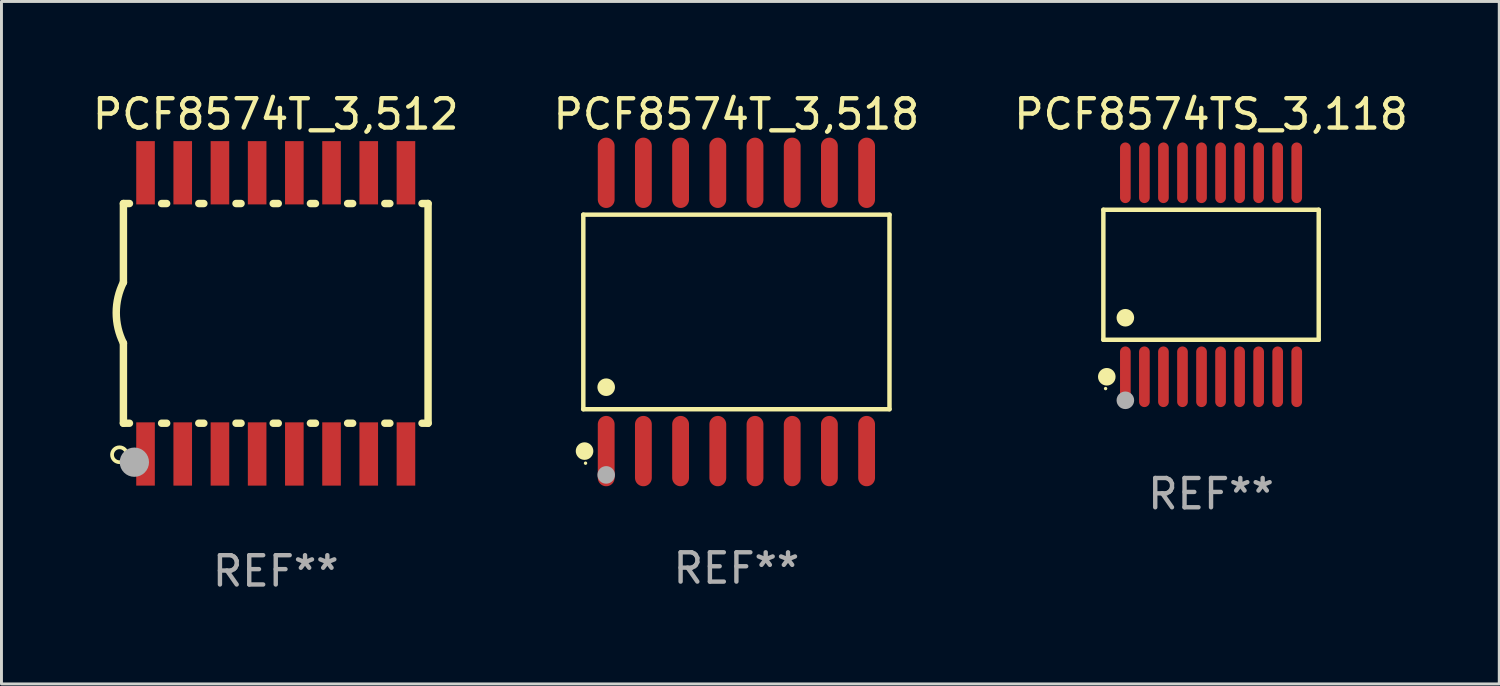
<source format=kicad_pcb>
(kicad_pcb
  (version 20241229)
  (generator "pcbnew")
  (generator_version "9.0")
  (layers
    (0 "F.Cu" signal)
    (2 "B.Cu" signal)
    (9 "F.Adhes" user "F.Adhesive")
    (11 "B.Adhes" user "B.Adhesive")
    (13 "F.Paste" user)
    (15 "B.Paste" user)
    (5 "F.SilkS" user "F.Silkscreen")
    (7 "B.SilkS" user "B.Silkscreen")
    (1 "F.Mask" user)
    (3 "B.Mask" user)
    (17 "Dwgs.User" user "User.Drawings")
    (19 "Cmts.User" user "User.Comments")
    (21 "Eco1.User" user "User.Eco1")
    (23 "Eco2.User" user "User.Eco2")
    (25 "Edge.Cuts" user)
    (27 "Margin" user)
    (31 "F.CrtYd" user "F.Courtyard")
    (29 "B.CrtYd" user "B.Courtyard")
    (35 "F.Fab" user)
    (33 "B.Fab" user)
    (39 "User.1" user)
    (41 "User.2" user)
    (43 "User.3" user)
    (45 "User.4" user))
  (footprint "PCF8574T_3,512"
    (layer "F.Cu")
    (at 6.363 7.648)
    (property "Reference" "PCF8574T_3,512" (at 0 -6.8 0) (layer "F.SilkS") (effects (font (size 1 1) (thickness 0.15))))
    (attr through_hole)
    (fp_line (start -5.2 -3.75) (end -5.2 -1.06) (stroke (width 0.254) (type solid)) (layer "F.SilkS"))
    (fp_line (start -5.2 -3.75) (end -4.994 -3.75) (stroke (width 0.254) (type solid)) (layer "F.SilkS"))
    (fp_line (start -5.2 3.75) (end -5.2 1.016) (stroke (width 0.254) (type solid)) (layer "F.SilkS"))
    (fp_line (start -5.2 3.75) (end -4.994 3.75) (stroke (width 0.254) (type solid)) (layer "F.SilkS"))
    (fp_line (start -3.896 -3.75) (end -3.724 -3.75) (stroke (width 0.254) (type solid)) (layer "F.SilkS"))
    (fp_line (start -3.896 3.75) (end -3.724 3.75) (stroke (width 0.254) (type solid)) (layer "F.SilkS"))
    (fp_line (start -2.626 -3.75) (end -2.454 -3.75) (stroke (width 0.254) (type solid)) (layer "F.SilkS"))
    (fp_line (start -2.626 3.75) (end -2.454 3.75) (stroke (width 0.254) (type solid)) (layer "F.SilkS"))
    (fp_line (start -1.356 -3.75) (end -1.184 -3.75) (stroke (width 0.254) (type solid)) (layer "F.SilkS"))
    (fp_line (start -1.356 3.75) (end -1.184 3.75) (stroke (width 0.254) (type solid)) (layer "F.SilkS"))
    (fp_line (start -0.086 -3.75) (end 0.086 -3.75) (stroke (width 0.254) (type solid)) (layer "F.SilkS"))
    (fp_line (start -0.086 3.75) (end 0.086 3.75) (stroke (width 0.254) (type solid)) (layer "F.SilkS"))
    (fp_line (start 1.184 -3.75) (end 1.356 -3.75) (stroke (width 0.254) (type solid)) (layer "F.SilkS"))
    (fp_line (start 1.184 3.75) (end 1.356 3.75) (stroke (width 0.254) (type solid)) (layer "F.SilkS"))
    (fp_line (start 2.454 -3.75) (end 2.626 -3.75) (stroke (width 0.254) (type solid)) (layer "F.SilkS"))
    (fp_line (start 2.454 3.75) (end 2.626 3.75) (stroke (width 0.254) (type solid)) (layer "F.SilkS"))
    (fp_line (start 3.724 -3.75) (end 3.896 -3.75) (stroke (width 0.254) (type solid)) (layer "F.SilkS"))
    (fp_line (start 3.724 3.75) (end 3.896 3.75) (stroke (width 0.254) (type solid)) (layer "F.SilkS"))
    (fp_line (start 4.994 -3.75) (end 5.2 -3.75) (stroke (width 0.254) (type solid)) (layer "F.SilkS"))
    (fp_line (start 4.994 3.75) (end 5.2 3.75) (stroke (width 0.254) (type solid)) (layer "F.SilkS"))
    (fp_line (start 5.2 3.75) (end 5.2 -3.75) (stroke (width 0.254) (type solid)) (layer "F.SilkS"))
    (fp_arc (start -5.199391 1.016002) (mid -5.444637 -0.021925) (end -5.2 -1.059995) (stroke (width 0.254001) (type solid)) (layer "F.SilkS"))
    (fp_circle (center -5.334 4.826) (end -5.08 4.826) (stroke (width 0.127) (type solid)) (fill no) (layer "F.SilkS"))
    (fp_circle (center -5.15 5.15) (end -5.12 5.15) (stroke (width 0.06) (type solid)) (fill no) (layer "F.SilkS"))
    (fp_circle (center -4.826 5.08) (end -4.576 5.08) (stroke (width 0.5) (type solid)) (fill no) (layer "F.Fab"))
    (fp_text user "REF**" (at 0 8.8 0) (layer "F.Fab") (effects (font (size 1 1) (thickness 0.15))))
    (pad "1" smd rect (at -4.445 4.8) (size 0.635 2.16) (layers "F.Cu" "F.Mask" "F.Paste"))
    (pad "2" smd rect (at -3.175 4.8) (size 0.635 2.16) (layers "F.Cu" "F.Mask" "F.Paste"))
    (pad "3" smd rect (at -1.905 4.8) (size 0.635 2.16) (layers "F.Cu" "F.Mask" "F.Paste"))
    (pad "4" smd rect (at -0.635 4.8) (size 0.635 2.16) (layers "F.Cu" "F.Mask" "F.Paste"))
    (pad "5" smd rect (at 0.635 4.8) (size 0.635 2.16) (layers "F.Cu" "F.Mask" "F.Paste"))
    (pad "6" smd rect (at 1.905 4.8) (size 0.635 2.16) (layers "F.Cu" "F.Mask" "F.Paste"))
    (pad "7" smd rect (at 3.175 4.8) (size 0.635 2.16) (layers "F.Cu" "F.Mask" "F.Paste"))
    (pad "8" smd rect (at 4.445 4.8) (size 0.635 2.16) (layers "F.Cu" "F.Mask" "F.Paste"))
    (pad "9" smd rect (at 4.445 -4.8) (size 0.635 2.16) (layers "F.Cu" "F.Mask" "F.Paste"))
    (pad "10" smd rect (at 3.175 -4.8) (size 0.635 2.16) (layers "F.Cu" "F.Mask" "F.Paste"))
    (pad "11" smd rect (at 1.905 -4.8) (size 0.635 2.16) (layers "F.Cu" "F.Mask" "F.Paste"))
    (pad "12" smd rect (at 0.635 -4.8) (size 0.635 2.16) (layers "F.Cu" "F.Mask" "F.Paste"))
    (pad "13" smd rect (at -0.635 -4.8) (size 0.635 2.16) (layers "F.Cu" "F.Mask" "F.Paste"))
    (pad "14" smd rect (at -1.905 -4.8) (size 0.635 2.16) (layers "F.Cu" "F.Mask" "F.Paste"))
    (pad "15" smd rect (at -3.175 -4.8) (size 0.635 2.16) (layers "F.Cu" "F.Mask" "F.Paste"))
    (pad "16" smd rect (at -4.445 -4.8) (size 0.635 2.16) (layers "F.Cu" "F.Mask" "F.Paste")))
  (footprint "PCF8574T_3,518"
    (layer "F.Cu")
    (at 22.089 7.599)
    (property "Reference" "PCF8574T_3,518" (at 0 -6.75 0) (layer "F.SilkS") (effects (font (size 1 1) (thickness 0.15))))
    (attr through_hole)
    (fp_line (start -5.226 -3.321) (end 5.226 -3.321) (stroke (width 0.152) (type solid)) (layer "F.SilkS"))
    (fp_line (start -5.226 3.321) (end -5.226 -3.321) (stroke (width 0.152) (type solid)) (layer "F.SilkS"))
    (fp_line (start 5.226 -3.321) (end 5.226 3.321) (stroke (width 0.152) (type solid)) (layer "F.SilkS"))
    (fp_line (start 5.226 3.321) (end -5.226 3.321) (stroke (width 0.152) (type solid)) (layer "F.SilkS"))
    (fp_circle (center -5.184 4.75) (end -5.034 4.75) (stroke (width 0.3) (type solid)) (fill no) (layer "F.SilkS"))
    (fp_circle (center -5.15 5.163) (end -5.12 5.163) (stroke (width 0.06) (type solid)) (fill no) (layer "F.SilkS"))
    (fp_circle (center -4.445 2.569) (end -4.295 2.569) (stroke (width 0.3) (type solid)) (fill no) (layer "F.SilkS"))
    (fp_circle (center -4.445 5.563) (end -4.295 5.563) (stroke (width 0.3) (type solid)) (fill no) (layer "F.Fab"))
    (fp_text user "REF**" (at 0 8.75 0) (layer "F.Fab") (effects (font (size 1 1) (thickness 0.15))))
    (pad "1" smd oval (at -4.445 4.75) (size 0.574 2.401) (layers "F.Cu" "F.Mask" "F.Paste"))
    (pad "2" smd oval (at -3.175 4.75) (size 0.574 2.401) (layers "F.Cu" "F.Mask" "F.Paste"))
    (pad "3" smd oval (at -1.905 4.75) (size 0.574 2.401) (layers "F.Cu" "F.Mask" "F.Paste"))
    (pad "4" smd oval (at -0.635 4.75) (size 0.574 2.401) (layers "F.Cu" "F.Mask" "F.Paste"))
    (pad "5" smd oval (at 0.635 4.75) (size 0.574 2.401) (layers "F.Cu" "F.Mask" "F.Paste"))
    (pad "6" smd oval (at 1.905 4.75) (size 0.574 2.401) (layers "F.Cu" "F.Mask" "F.Paste"))
    (pad "7" smd oval (at 3.175 4.75) (size 0.574 2.401) (layers "F.Cu" "F.Mask" "F.Paste"))
    (pad "8" smd oval (at 4.445 4.75) (size 0.574 2.401) (layers "F.Cu" "F.Mask" "F.Paste"))
    (pad "9" smd oval (at 4.445 -4.75) (size 0.574 2.401) (layers "F.Cu" "F.Mask" "F.Paste"))
    (pad "10" smd oval (at 3.175 -4.75) (size 0.574 2.401) (layers "F.Cu" "F.Mask" "F.Paste"))
    (pad "11" smd oval (at 1.905 -4.75) (size 0.574 2.401) (layers "F.Cu" "F.Mask" "F.Paste"))
    (pad "12" smd oval (at 0.635 -4.75) (size 0.574 2.401) (layers "F.Cu" "F.Mask" "F.Paste"))
    (pad "13" smd oval (at -0.635 -4.75) (size 0.574 2.401) (layers "F.Cu" "F.Mask" "F.Paste"))
    (pad "14" smd oval (at -1.905 -4.75) (size 0.574 2.401) (layers "F.Cu" "F.Mask" "F.Paste"))
    (pad "15" smd oval (at -3.175 -4.75) (size 0.574 2.401) (layers "F.Cu" "F.Mask" "F.Paste"))
    (pad "16" smd oval (at -4.445 -4.75) (size 0.574 2.401) (layers "F.Cu" "F.Mask" "F.Paste")))
  (footprint "PCF8574TS_3,118"
    (layer "F.Cu")
    (at 38.292 6.33)
    (property "Reference" "PCF8574TS_3,118" (at 0 -5.482 0) (layer "F.SilkS") (effects (font (size 1 1) (thickness 0.15))))
    (attr through_hole)
    (fp_line (start -3.676 -2.219) (end 3.676 -2.219) (stroke (width 0.152) (type solid)) (layer "F.SilkS"))
    (fp_line (start -3.676 2.219) (end -3.676 -2.219) (stroke (width 0.152) (type solid)) (layer "F.SilkS"))
    (fp_line (start 3.676 -2.219) (end 3.676 2.219) (stroke (width 0.152) (type solid)) (layer "F.SilkS"))
    (fp_line (start 3.676 2.219) (end -3.676 2.219) (stroke (width 0.152) (type solid)) (layer "F.SilkS"))
    (fp_circle (center -3.6 3.885) (end -3.57 3.885) (stroke (width 0.06) (type solid)) (fill no) (layer "F.SilkS"))
    (fp_circle (center -3.559 3.482) (end -3.409 3.482) (stroke (width 0.3) (type solid)) (fill no) (layer "F.SilkS"))
    (fp_circle (center -2.925 1.467) (end -2.775 1.467) (stroke (width 0.3) (type solid)) (fill no) (layer "F.SilkS"))
    (fp_circle (center -2.925 4.285) (end -2.775 4.285) (stroke (width 0.3) (type solid)) (fill no) (layer "F.Fab"))
    (fp_text user "REF**" (at 0 7.482 0) (layer "F.Fab") (effects (font (size 1 1) (thickness 0.15))))
    (pad "1" smd oval (at -2.925 3.482) (size 0.364 2.069) (layers "F.Cu" "F.Mask" "F.Paste"))
    (pad "2" smd oval (at -2.275 3.482) (size 0.364 2.069) (layers "F.Cu" "F.Mask" "F.Paste"))
    (pad "3" smd oval (at -1.625 3.482) (size 0.364 2.069) (layers "F.Cu" "F.Mask" "F.Paste"))
    (pad "4" smd oval (at -0.975 3.482) (size 0.364 2.069) (layers "F.Cu" "F.Mask" "F.Paste"))
    (pad "5" smd oval (at -0.325 3.482) (size 0.364 2.069) (layers "F.Cu" "F.Mask" "F.Paste"))
    (pad "6" smd oval (at 0.325 3.482) (size 0.364 2.069) (layers "F.Cu" "F.Mask" "F.Paste"))
    (pad "7" smd oval (at 0.975 3.482) (size 0.364 2.069) (layers "F.Cu" "F.Mask" "F.Paste"))
    (pad "8" smd oval (at 1.625 3.482) (size 0.364 2.069) (layers "F.Cu" "F.Mask" "F.Paste"))
    (pad "9" smd oval (at 2.275 3.482) (size 0.364 2.069) (layers "F.Cu" "F.Mask" "F.Paste"))
    (pad "10" smd oval (at 2.925 3.482) (size 0.364 2.069) (layers "F.Cu" "F.Mask" "F.Paste"))
    (pad "11" smd oval (at 2.925 -3.482) (size 0.364 2.069) (layers "F.Cu" "F.Mask" "F.Paste"))
    (pad "12" smd oval (at 2.275 -3.482) (size 0.364 2.069) (layers "F.Cu" "F.Mask" "F.Paste"))
    (pad "13" smd oval (at 1.625 -3.482) (size 0.364 2.069) (layers "F.Cu" "F.Mask" "F.Paste"))
    (pad "14" smd oval (at 0.975 -3.482) (size 0.364 2.069) (layers "F.Cu" "F.Mask" "F.Paste"))
    (pad "15" smd oval (at 0.325 -3.482) (size 0.364 2.069) (layers "F.Cu" "F.Mask" "F.Paste"))
    (pad "16" smd oval (at -0.325 -3.482) (size 0.364 2.069) (layers "F.Cu" "F.Mask" "F.Paste"))
    (pad "17" smd oval (at -0.975 -3.482) (size 0.364 2.069) (layers "F.Cu" "F.Mask" "F.Paste"))
    (pad "18" smd oval (at -1.625 -3.482) (size 0.364 2.069) (layers "F.Cu" "F.Mask" "F.Paste"))
    (pad "19" smd oval (at -2.275 -3.482) (size 0.364 2.069) (layers "F.Cu" "F.Mask" "F.Paste"))
    (pad "20" smd oval (at -2.925 -3.482) (size 0.364 2.069) (layers "F.Cu" "F.Mask" "F.Paste")))
  (gr_rect
    (start -3 -3)
    (end 48.131 20.297)
    (stroke (width 0.1) (type default))
    (fill no)
    (layer "Edge.Cuts")))
</source>
